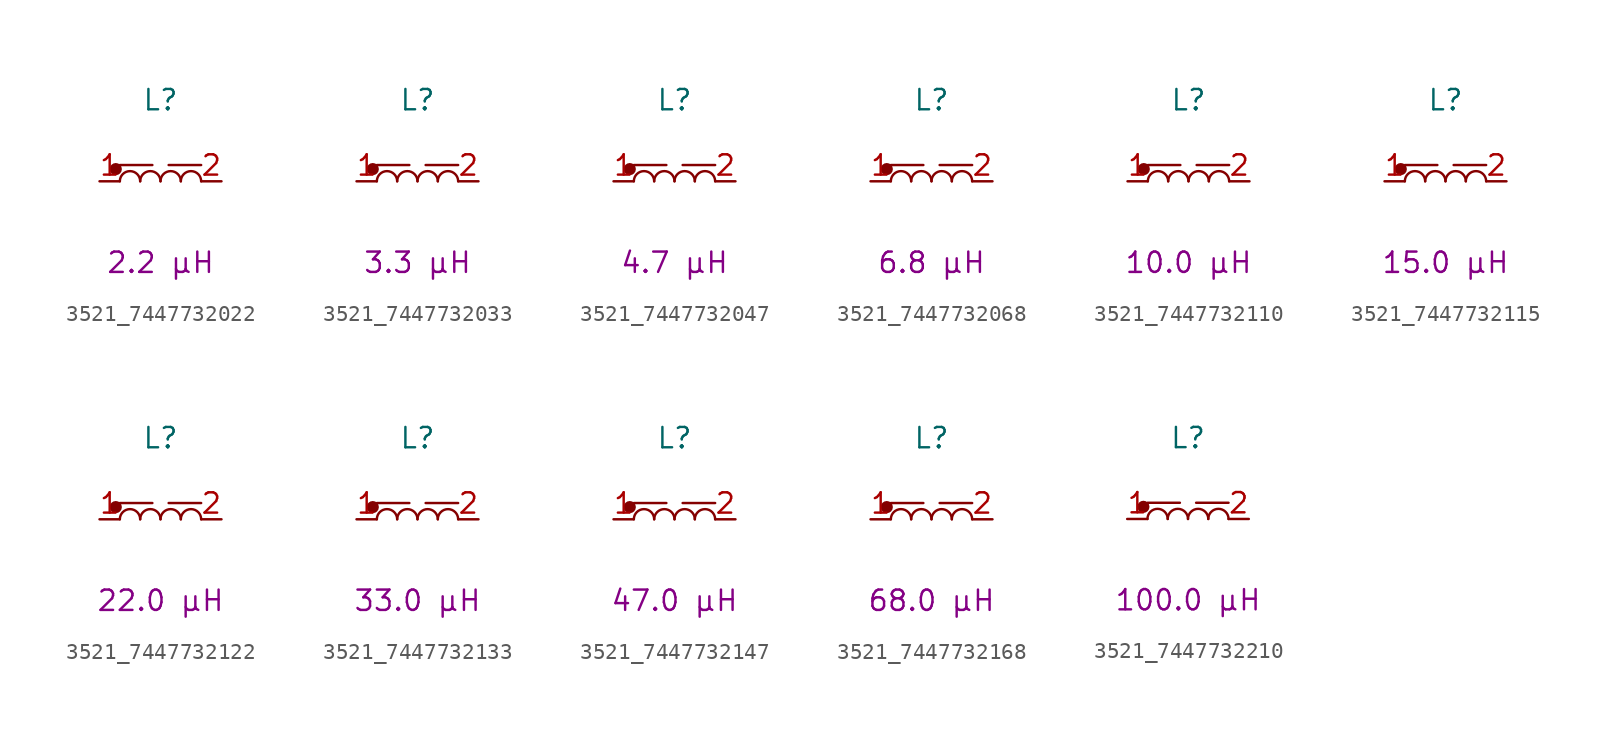
<source format=kicad_sym>
(kicad_symbol_lib
  (version 20220914)
  (generator kicad_symbol_editor)
  (symbol "3521_7447732022"
    (pin_names hide)
    (property "Reference" "L"
      (at 0 5.08 0)
      (effects (font (size 1.27 1.27))))
    (property "Critical Parameter" "2.2 µH"
      (at 0 -5.08 0)
      (effects (font (size 1.27 1.27))))
    (symbol "3521_7447732022_0_1"
      (arc (start -1.27 0) (mid -1.905 0.6323) (end -2.54 0) (stroke (width 0) (type default)) (fill (type none)))
      (arc (start 0 0) (mid -0.635 0.6323) (end -1.27 0) (stroke (width 0) (type default)) (fill (type none)))
      (polyline (pts (xy -2.54 1.016) (xy -0.508 1.016)) (stroke (width 0) (type default)) (fill (type none)))
      (arc (start 1.27 0) (mid 0.635 0.6323) (end 0 0) (stroke (width 0) (type default)) (fill (type none)))
      (arc (start 2.54 0) (mid 1.905 0.6323) (end 1.27 0) (stroke (width 0) (type default)) (fill (type none))))
    (symbol "3521_7447732022_1_1"
      (circle (center -2.794 0.762) (radius 0.0001) (stroke (width 0.381) (type default)) (fill (type none)))
      (polyline (pts (xy 2.54 1.016) (xy 0.508 1.016)) (stroke (width 0) (type default)) (fill (type none)))
      (pin passive line (at -3.81 0 0) (length 1.27) (name "1" (effects (font (size 1.27 1.27)))) (number "1" (effects (font (size 1.27 1.27)))))
      (pin passive line (at 3.81 0 180) (length 1.27) (name "2" (effects (font (size 1.27 1.27)))) (number "2" (effects (font (size 1.27 1.27)))))))
  (symbol "3521_7447732033"
    (pin_names hide)
    (property "Reference" "L"
      (at 0 5.08 0)
      (effects (font (size 1.27 1.27))))
    (property "Critical Parameter" "3.3 µH"
      (at 0 -5.08 0)
      (effects (font (size 1.27 1.27))))
    (symbol "3521_7447732033_0_1"
      (arc (start -1.27 0) (mid -1.905 0.6323) (end -2.54 0) (stroke (width 0) (type default)) (fill (type none)))
      (arc (start 0 0) (mid -0.635 0.6323) (end -1.27 0) (stroke (width 0) (type default)) (fill (type none)))
      (polyline (pts (xy -2.54 1.016) (xy -0.508 1.016)) (stroke (width 0) (type default)) (fill (type none)))
      (arc (start 1.27 0) (mid 0.635 0.6323) (end 0 0) (stroke (width 0) (type default)) (fill (type none)))
      (arc (start 2.54 0) (mid 1.905 0.6323) (end 1.27 0) (stroke (width 0) (type default)) (fill (type none))))
    (symbol "3521_7447732033_1_1"
      (circle (center -2.794 0.762) (radius 0.0001) (stroke (width 0.381) (type default)) (fill (type none)))
      (polyline (pts (xy 2.54 1.016) (xy 0.508 1.016)) (stroke (width 0) (type default)) (fill (type none)))
      (pin passive line (at -3.81 0 0) (length 1.27) (name "1" (effects (font (size 1.27 1.27)))) (number "1" (effects (font (size 1.27 1.27)))))
      (pin passive line (at 3.81 0 180) (length 1.27) (name "2" (effects (font (size 1.27 1.27)))) (number "2" (effects (font (size 1.27 1.27)))))))
  (symbol "3521_7447732047"
    (pin_names hide)
    (property "Reference" "L"
      (at 0 5.08 0)
      (effects (font (size 1.27 1.27))))
    (property "Critical Parameter" "4.7 µH"
      (at 0 -5.08 0)
      (effects (font (size 1.27 1.27))))
    (symbol "3521_7447732047_0_1"
      (arc (start -1.27 0) (mid -1.905 0.6323) (end -2.54 0) (stroke (width 0) (type default)) (fill (type none)))
      (arc (start 0 0) (mid -0.635 0.6323) (end -1.27 0) (stroke (width 0) (type default)) (fill (type none)))
      (polyline (pts (xy -2.54 1.016) (xy -0.508 1.016)) (stroke (width 0) (type default)) (fill (type none)))
      (arc (start 1.27 0) (mid 0.635 0.6323) (end 0 0) (stroke (width 0) (type default)) (fill (type none)))
      (arc (start 2.54 0) (mid 1.905 0.6323) (end 1.27 0) (stroke (width 0) (type default)) (fill (type none))))
    (symbol "3521_7447732047_1_1"
      (circle (center -2.794 0.762) (radius 0.0001) (stroke (width 0.381) (type default)) (fill (type none)))
      (polyline (pts (xy 2.54 1.016) (xy 0.508 1.016)) (stroke (width 0) (type default)) (fill (type none)))
      (pin passive line (at -3.81 0 0) (length 1.27) (name "1" (effects (font (size 1.27 1.27)))) (number "1" (effects (font (size 1.27 1.27)))))
      (pin passive line (at 3.81 0 180) (length 1.27) (name "2" (effects (font (size 1.27 1.27)))) (number "2" (effects (font (size 1.27 1.27)))))))
  (symbol "3521_7447732068"
    (pin_names hide)
    (property "Reference" "L"
      (at 0 5.08 0)
      (effects (font (size 1.27 1.27))))
    (property "Critical Parameter" "6.8 µH"
      (at 0 -5.08 0)
      (effects (font (size 1.27 1.27))))
    (symbol "3521_7447732068_0_1"
      (arc (start -1.27 0) (mid -1.905 0.6323) (end -2.54 0) (stroke (width 0) (type default)) (fill (type none)))
      (arc (start 0 0) (mid -0.635 0.6323) (end -1.27 0) (stroke (width 0) (type default)) (fill (type none)))
      (polyline (pts (xy -2.54 1.016) (xy -0.508 1.016)) (stroke (width 0) (type default)) (fill (type none)))
      (arc (start 1.27 0) (mid 0.635 0.6323) (end 0 0) (stroke (width 0) (type default)) (fill (type none)))
      (arc (start 2.54 0) (mid 1.905 0.6323) (end 1.27 0) (stroke (width 0) (type default)) (fill (type none))))
    (symbol "3521_7447732068_1_1"
      (circle (center -2.794 0.762) (radius 0.0001) (stroke (width 0.381) (type default)) (fill (type none)))
      (polyline (pts (xy 2.54 1.016) (xy 0.508 1.016)) (stroke (width 0) (type default)) (fill (type none)))
      (pin passive line (at -3.81 0 0) (length 1.27) (name "1" (effects (font (size 1.27 1.27)))) (number "1" (effects (font (size 1.27 1.27)))))
      (pin passive line (at 3.81 0 180) (length 1.27) (name "2" (effects (font (size 1.27 1.27)))) (number "2" (effects (font (size 1.27 1.27)))))))
  (symbol "3521_7447732110"
    (pin_names hide)
    (property "Reference" "L"
      (at 0 5.08 0)
      (effects (font (size 1.27 1.27))))
    (property "Critical Parameter" "10.0 µH"
      (at 0 -5.08 0)
      (effects (font (size 1.27 1.27))))
    (symbol "3521_7447732110_0_1"
      (arc (start -1.27 0) (mid -1.905 0.6323) (end -2.54 0) (stroke (width 0) (type default)) (fill (type none)))
      (arc (start 0 0) (mid -0.635 0.6323) (end -1.27 0) (stroke (width 0) (type default)) (fill (type none)))
      (polyline (pts (xy -2.54 1.016) (xy -0.508 1.016)) (stroke (width 0) (type default)) (fill (type none)))
      (arc (start 1.27 0) (mid 0.635 0.6323) (end 0 0) (stroke (width 0) (type default)) (fill (type none)))
      (arc (start 2.54 0) (mid 1.905 0.6323) (end 1.27 0) (stroke (width 0) (type default)) (fill (type none))))
    (symbol "3521_7447732110_1_1"
      (circle (center -2.794 0.762) (radius 0.0001) (stroke (width 0.381) (type default)) (fill (type none)))
      (polyline (pts (xy 2.54 1.016) (xy 0.508 1.016)) (stroke (width 0) (type default)) (fill (type none)))
      (pin passive line (at -3.81 0 0) (length 1.27) (name "1" (effects (font (size 1.27 1.27)))) (number "1" (effects (font (size 1.27 1.27)))))
      (pin passive line (at 3.81 0 180) (length 1.27) (name "2" (effects (font (size 1.27 1.27)))) (number "2" (effects (font (size 1.27 1.27)))))))
  (symbol "3521_7447732115"
    (pin_names hide)
    (property "Reference" "L"
      (at 0 5.08 0)
      (effects (font (size 1.27 1.27))))
    (property "Critical Parameter" "15.0 µH"
      (at 0 -5.08 0)
      (effects (font (size 1.27 1.27))))
    (symbol "3521_7447732115_0_1"
      (arc (start -1.27 0) (mid -1.905 0.6323) (end -2.54 0) (stroke (width 0) (type default)) (fill (type none)))
      (arc (start 0 0) (mid -0.635 0.6323) (end -1.27 0) (stroke (width 0) (type default)) (fill (type none)))
      (polyline (pts (xy -2.54 1.016) (xy -0.508 1.016)) (stroke (width 0) (type default)) (fill (type none)))
      (arc (start 1.27 0) (mid 0.635 0.6323) (end 0 0) (stroke (width 0) (type default)) (fill (type none)))
      (arc (start 2.54 0) (mid 1.905 0.6323) (end 1.27 0) (stroke (width 0) (type default)) (fill (type none))))
    (symbol "3521_7447732115_1_1"
      (circle (center -2.794 0.762) (radius 0.0001) (stroke (width 0.381) (type default)) (fill (type none)))
      (polyline (pts (xy 2.54 1.016) (xy 0.508 1.016)) (stroke (width 0) (type default)) (fill (type none)))
      (pin passive line (at -3.81 0 0) (length 1.27) (name "1" (effects (font (size 1.27 1.27)))) (number "1" (effects (font (size 1.27 1.27)))))
      (pin passive line (at 3.81 0 180) (length 1.27) (name "2" (effects (font (size 1.27 1.27)))) (number "2" (effects (font (size 1.27 1.27)))))))
  (symbol "3521_7447732122"
    (pin_names hide)
    (property "Reference" "L"
      (at 0 5.08 0)
      (effects (font (size 1.27 1.27))))
    (property "Critical Parameter" "22.0 µH"
      (at 0 -5.08 0)
      (effects (font (size 1.27 1.27))))
    (symbol "3521_7447732122_0_1"
      (arc (start -1.27 0) (mid -1.905 0.6323) (end -2.54 0) (stroke (width 0) (type default)) (fill (type none)))
      (arc (start 0 0) (mid -0.635 0.6323) (end -1.27 0) (stroke (width 0) (type default)) (fill (type none)))
      (polyline (pts (xy -2.54 1.016) (xy -0.508 1.016)) (stroke (width 0) (type default)) (fill (type none)))
      (arc (start 1.27 0) (mid 0.635 0.6323) (end 0 0) (stroke (width 0) (type default)) (fill (type none)))
      (arc (start 2.54 0) (mid 1.905 0.6323) (end 1.27 0) (stroke (width 0) (type default)) (fill (type none))))
    (symbol "3521_7447732122_1_1"
      (circle (center -2.794 0.762) (radius 0.0001) (stroke (width 0.381) (type default)) (fill (type none)))
      (polyline (pts (xy 2.54 1.016) (xy 0.508 1.016)) (stroke (width 0) (type default)) (fill (type none)))
      (pin passive line (at -3.81 0 0) (length 1.27) (name "1" (effects (font (size 1.27 1.27)))) (number "1" (effects (font (size 1.27 1.27)))))
      (pin passive line (at 3.81 0 180) (length 1.27) (name "2" (effects (font (size 1.27 1.27)))) (number "2" (effects (font (size 1.27 1.27)))))))
  (symbol "3521_7447732133"
    (pin_names hide)
    (property "Reference" "L"
      (at 0 5.08 0)
      (effects (font (size 1.27 1.27))))
    (property "Critical Parameter" "33.0 µH"
      (at 0 -5.08 0)
      (effects (font (size 1.27 1.27))))
    (symbol "3521_7447732133_0_1"
      (arc (start -1.27 0) (mid -1.905 0.6323) (end -2.54 0) (stroke (width 0) (type default)) (fill (type none)))
      (arc (start 0 0) (mid -0.635 0.6323) (end -1.27 0) (stroke (width 0) (type default)) (fill (type none)))
      (polyline (pts (xy -2.54 1.016) (xy -0.508 1.016)) (stroke (width 0) (type default)) (fill (type none)))
      (arc (start 1.27 0) (mid 0.635 0.6323) (end 0 0) (stroke (width 0) (type default)) (fill (type none)))
      (arc (start 2.54 0) (mid 1.905 0.6323) (end 1.27 0) (stroke (width 0) (type default)) (fill (type none))))
    (symbol "3521_7447732133_1_1"
      (circle (center -2.794 0.762) (radius 0.0001) (stroke (width 0.381) (type default)) (fill (type none)))
      (polyline (pts (xy 2.54 1.016) (xy 0.508 1.016)) (stroke (width 0) (type default)) (fill (type none)))
      (pin passive line (at -3.81 0 0) (length 1.27) (name "1" (effects (font (size 1.27 1.27)))) (number "1" (effects (font (size 1.27 1.27)))))
      (pin passive line (at 3.81 0 180) (length 1.27) (name "2" (effects (font (size 1.27 1.27)))) (number "2" (effects (font (size 1.27 1.27)))))))
  (symbol "3521_7447732147"
    (pin_names hide)
    (property "Reference" "L"
      (at 0 5.08 0)
      (effects (font (size 1.27 1.27))))
    (property "Critical Parameter" "47.0 µH"
      (at 0 -5.08 0)
      (effects (font (size 1.27 1.27))))
    (symbol "3521_7447732147_0_1"
      (arc (start -1.27 0) (mid -1.905 0.6323) (end -2.54 0) (stroke (width 0) (type default)) (fill (type none)))
      (arc (start 0 0) (mid -0.635 0.6323) (end -1.27 0) (stroke (width 0) (type default)) (fill (type none)))
      (polyline (pts (xy -2.54 1.016) (xy -0.508 1.016)) (stroke (width 0) (type default)) (fill (type none)))
      (arc (start 1.27 0) (mid 0.635 0.6323) (end 0 0) (stroke (width 0) (type default)) (fill (type none)))
      (arc (start 2.54 0) (mid 1.905 0.6323) (end 1.27 0) (stroke (width 0) (type default)) (fill (type none))))
    (symbol "3521_7447732147_1_1"
      (circle (center -2.794 0.762) (radius 0.0001) (stroke (width 0.381) (type default)) (fill (type none)))
      (polyline (pts (xy 2.54 1.016) (xy 0.508 1.016)) (stroke (width 0) (type default)) (fill (type none)))
      (pin passive line (at -3.81 0 0) (length 1.27) (name "1" (effects (font (size 1.27 1.27)))) (number "1" (effects (font (size 1.27 1.27)))))
      (pin passive line (at 3.81 0 180) (length 1.27) (name "2" (effects (font (size 1.27 1.27)))) (number "2" (effects (font (size 1.27 1.27)))))))
  (symbol "3521_7447732168"
    (pin_names hide)
    (property "Reference" "L"
      (at 0 5.08 0)
      (effects (font (size 1.27 1.27))))
    (property "Critical Parameter" "68.0 µH"
      (at 0 -5.08 0)
      (effects (font (size 1.27 1.27))))
    (symbol "3521_7447732168_0_1"
      (arc (start -1.27 0) (mid -1.905 0.6323) (end -2.54 0) (stroke (width 0) (type default)) (fill (type none)))
      (arc (start 0 0) (mid -0.635 0.6323) (end -1.27 0) (stroke (width 0) (type default)) (fill (type none)))
      (polyline (pts (xy -2.54 1.016) (xy -0.508 1.016)) (stroke (width 0) (type default)) (fill (type none)))
      (arc (start 1.27 0) (mid 0.635 0.6323) (end 0 0) (stroke (width 0) (type default)) (fill (type none)))
      (arc (start 2.54 0) (mid 1.905 0.6323) (end 1.27 0) (stroke (width 0) (type default)) (fill (type none))))
    (symbol "3521_7447732168_1_1"
      (circle (center -2.794 0.762) (radius 0.0001) (stroke (width 0.381) (type default)) (fill (type none)))
      (polyline (pts (xy 2.54 1.016) (xy 0.508 1.016)) (stroke (width 0) (type default)) (fill (type none)))
      (pin passive line (at -3.81 0 0) (length 1.27) (name "1" (effects (font (size 1.27 1.27)))) (number "1" (effects (font (size 1.27 1.27)))))
      (pin passive line (at 3.81 0 180) (length 1.27) (name "2" (effects (font (size 1.27 1.27)))) (number "2" (effects (font (size 1.27 1.27)))))))
  (symbol "3521_7447732210"
    (pin_names hide)
    (property "Reference" "L"
      (at 0 5.08 0)
      (effects (font (size 1.27 1.27))))
    (property "Critical Parameter" "100.0 µH"
      (at 0 -5.08 0)
      (effects (font (size 1.27 1.27))))
    (symbol "3521_7447732210_0_1"
      (arc (start -1.27 0) (mid -1.905 0.6323) (end -2.54 0) (stroke (width 0) (type default)) (fill (type none)))
      (arc (start 0 0) (mid -0.635 0.6323) (end -1.27 0) (stroke (width 0) (type default)) (fill (type none)))
      (polyline (pts (xy -2.54 1.016) (xy -0.508 1.016)) (stroke (width 0) (type default)) (fill (type none)))
      (arc (start 1.27 0) (mid 0.635 0.6323) (end 0 0) (stroke (width 0) (type default)) (fill (type none)))
      (arc (start 2.54 0) (mid 1.905 0.6323) (end 1.27 0) (stroke (width 0) (type default)) (fill (type none))))
    (symbol "3521_7447732210_1_1"
      (circle (center -2.794 0.762) (radius 0.0001) (stroke (width 0.381) (type default)) (fill (type none)))
      (polyline (pts (xy 2.54 1.016) (xy 0.508 1.016)) (stroke (width 0) (type default)) (fill (type none)))
      (pin passive line (at -3.81 0 0) (length 1.27) (name "1" (effects (font (size 1.27 1.27)))) (number "1" (effects (font (size 1.27 1.27)))))
      (pin passive line (at 3.81 0 180) (length 1.27) (name "2" (effects (font (size 1.27 1.27)))) (number "2" (effects (font (size 1.27 1.27))))))))
</source>
